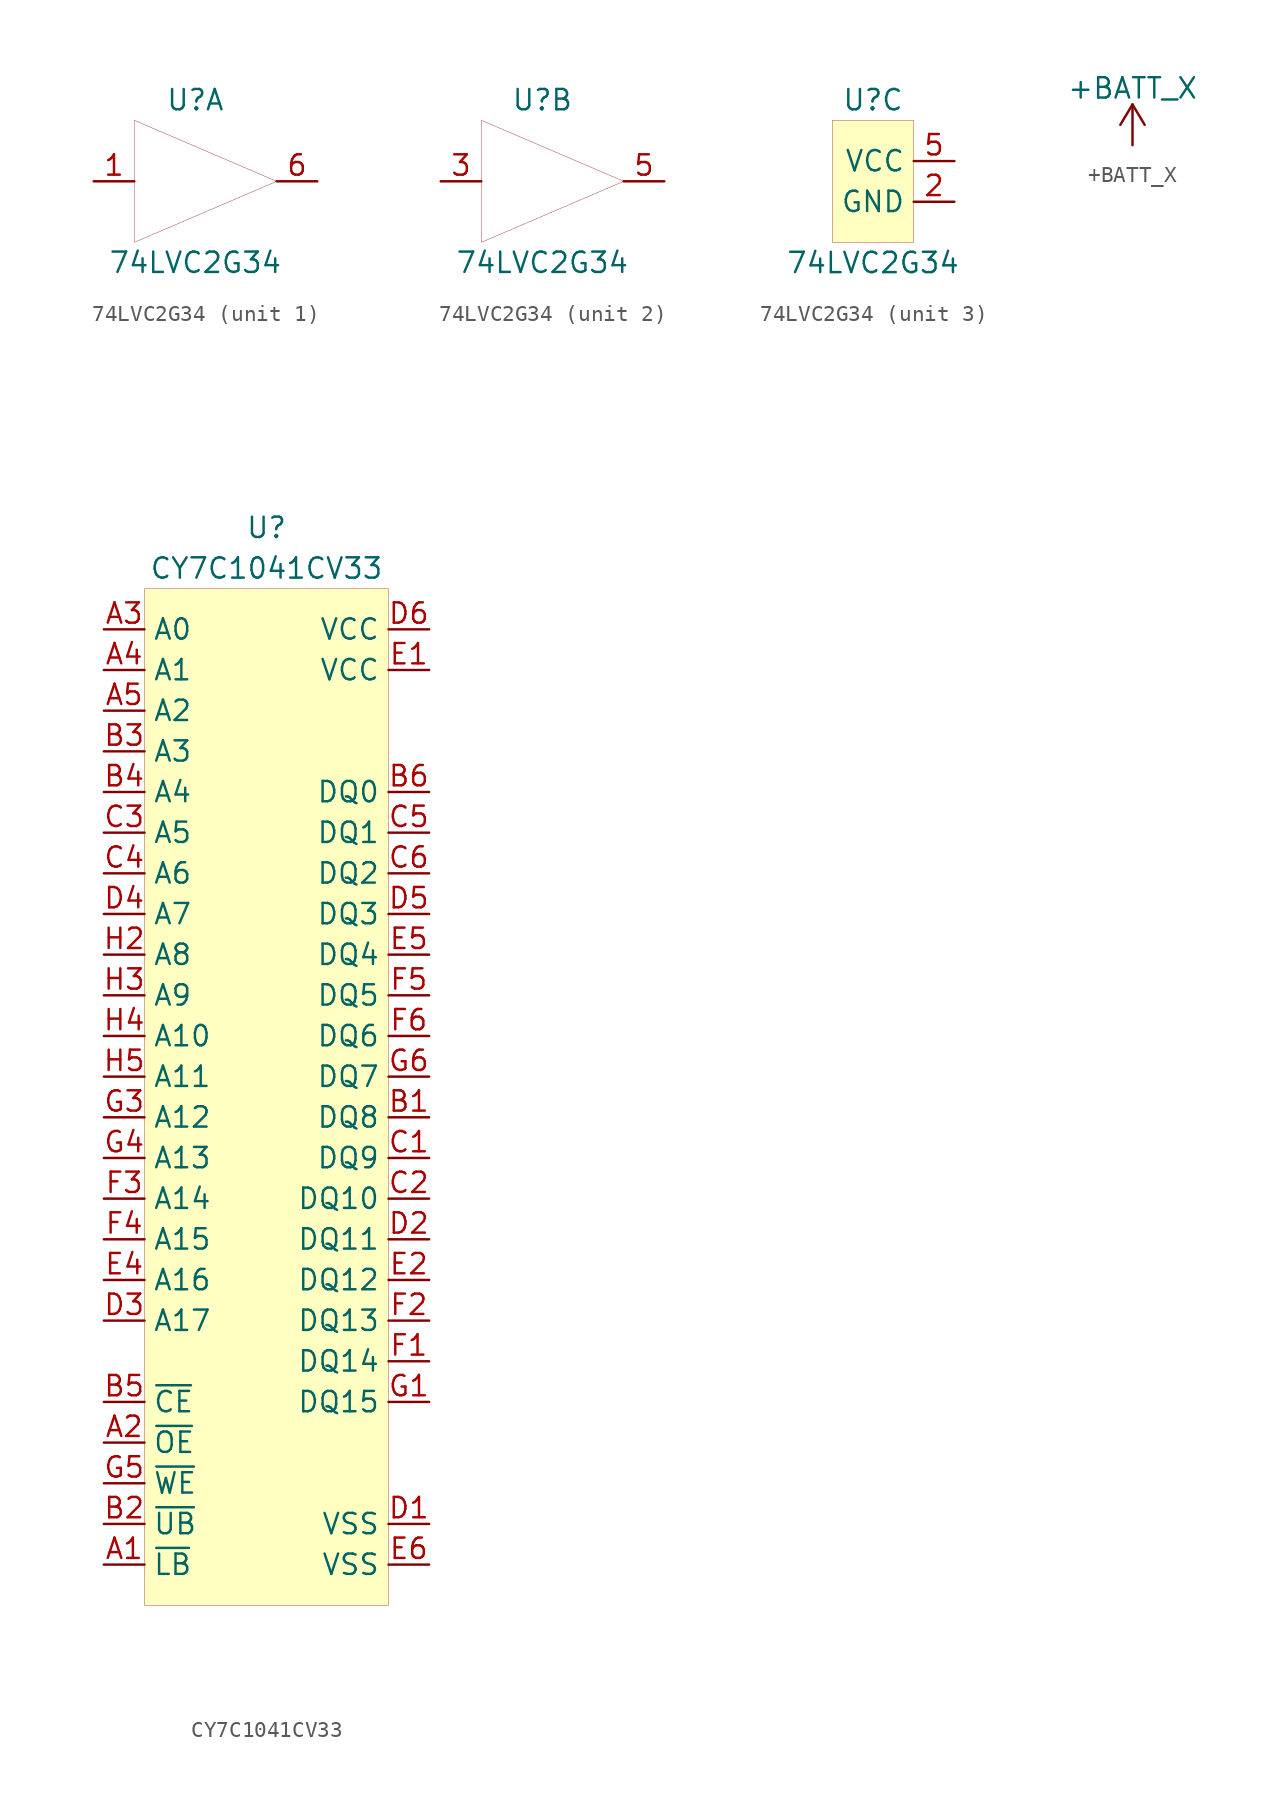
<source format=kicad_sym>
(kicad_symbol_lib
  (version 20201005)
  (generator kicad_symbol_editor)
  (symbol "riscboy:74LVC2G34"
    (property "Reference" "U"
      (at 0 5.08 0)
      (effects (font (size 1.27 1.27))))
    (property "Value" "74LVC2G34"
      (at 0 -5.08 0)
      (effects (font (size 1.27 1.27))))
    (property "ki_locked" ""
      (at 0 0 0)
      (effects (font (size 1.27 1.27))))
    (symbol "74LVC2G34_1_1"
      (polyline (pts (xy -3.81 -3.81) (xy -3.81 3.81) (xy 5.08 0) (xy -3.81 -3.81)) (stroke (width 0.001)) (fill (type none)))
      (pin input line (at -6.35 0 0) (length 2.54) (name "" (effects (font (size 1.27 1.27)))) (number "1" (effects (font (size 1.27 1.27)))))
      (pin output line (at 7.62 0 180) (length 2.54) (name "" (effects (font (size 1.27 1.27)))) (number "6" (effects (font (size 1.27 1.27))))))
    (symbol "74LVC2G34_2_1"
      (polyline (pts (xy -3.81 -3.81) (xy -3.81 3.81) (xy 5.08 0) (xy -3.81 -3.81)) (stroke (width 0.001)) (fill (type none)))
      (pin input line (at -6.35 0 0) (length 2.54) (name "" (effects (font (size 1.27 1.27)))) (number "3" (effects (font (size 1.27 1.27)))))
      (pin output line (at 7.62 0 180) (length 2.54) (name "" (effects (font (size 1.27 1.27)))) (number "5" (effects (font (size 1.27 1.27))))))
    (symbol "74LVC2G34_3_1"
      (rectangle (start -2.54 3.81) (end 2.54 -3.81) (stroke (width 0.001)) (fill (type background)))
      (pin passive line (at 5.08 -1.27 180) (length 2.54) (name "GND" (effects (font (size 1.27 1.27)))) (number "2" (effects (font (size 1.27 1.27)))))
      (pin power_in line (at 5.08 1.27 180) (length 2.54) (name "VCC" (effects (font (size 1.27 1.27)))) (number "5" (effects (font (size 1.27 1.27)))))))
  (symbol "riscboy:+BATT_X"
    (power)
    (pin_names
      (offset 0))
    (property "Reference" "#PWR"
      (at 0 -3.81 0)
      (effects (font (size 1.27 1.27)) hide))
    (property "Value" "+BATT_X"
      (at 0 3.556 0)
      (effects (font (size 1.27 1.27))))
    (symbol "+BATT_X_0_1"
      (polyline (pts (xy -0.762 1.27) (xy 0 2.54)) (stroke (width 0)) (fill (type none)))
      (polyline (pts (xy 0 0) (xy 0 2.54)) (stroke (width 0)) (fill (type none)))
      (polyline (pts (xy 0 2.54) (xy 0.762 1.27)) (stroke (width 0)) (fill (type none))))
    (symbol "+BATT_X_1_1"
      (pin power_in line (at 0 0 90) (length 0) hide (name "+BATT_X" (effects (font (size 1.27 1.27)))) (number "1" (effects (font (size 1.27 1.27)))))))
  (symbol "riscboy:CY7C1041CV33"
    (property "Reference" "U"
      (at 0 0 0)
      (effects (font (size 1.27 1.27))))
    (property "Value" "CY7C1041CV33"
      (at 0 -2.54 0)
      (effects (font (size 1.27 1.27))))
    (symbol "CY7C1041CV33_0_1"
      (rectangle (start -7.62 -3.81) (end 7.62 -67.31) (stroke (width 0.001)) (fill (type background))))
    (symbol "CY7C1041CV33_1_1"
      (pin input line (at -10.16 -6.35 0) (length 2.54) (name "A0" (effects (font (size 1.27 1.27)))) (number "A3" (effects (font (size 1.27 1.27)))))
      (pin input line (at -10.16 -8.89 0) (length 2.54) (name "A1" (effects (font (size 1.27 1.27)))) (number "A4" (effects (font (size 1.27 1.27)))))
      (pin input line (at -10.16 -11.43 0) (length 2.54) (name "A2" (effects (font (size 1.27 1.27)))) (number "A5" (effects (font (size 1.27 1.27)))))
      (pin input line (at -10.16 -13.97 0) (length 2.54) (name "A3" (effects (font (size 1.27 1.27)))) (number "B3" (effects (font (size 1.27 1.27)))))
      (pin input line (at -10.16 -16.51 0) (length 2.54) (name "A4" (effects (font (size 1.27 1.27)))) (number "B4" (effects (font (size 1.27 1.27)))))
      (pin input line (at -10.16 -19.05 0) (length 2.54) (name "A5" (effects (font (size 1.27 1.27)))) (number "C3" (effects (font (size 1.27 1.27)))))
      (pin input line (at -10.16 -21.59 0) (length 2.54) (name "A6" (effects (font (size 1.27 1.27)))) (number "C4" (effects (font (size 1.27 1.27)))))
      (pin input line (at -10.16 -24.13 0) (length 2.54) (name "A7" (effects (font (size 1.27 1.27)))) (number "D4" (effects (font (size 1.27 1.27)))))
      (pin input line (at -10.16 -26.67 0) (length 2.54) (name "A8" (effects (font (size 1.27 1.27)))) (number "H2" (effects (font (size 1.27 1.27)))))
      (pin input line (at -10.16 -29.21 0) (length 2.54) (name "A9" (effects (font (size 1.27 1.27)))) (number "H3" (effects (font (size 1.27 1.27)))))
      (pin input line (at -10.16 -31.75 0) (length 2.54) (name "A10" (effects (font (size 1.27 1.27)))) (number "H4" (effects (font (size 1.27 1.27)))))
      (pin input line (at -10.16 -34.29 0) (length 2.54) (name "A11" (effects (font (size 1.27 1.27)))) (number "H5" (effects (font (size 1.27 1.27)))))
      (pin input line (at -10.16 -36.83 0) (length 2.54) (name "A12" (effects (font (size 1.27 1.27)))) (number "G3" (effects (font (size 1.27 1.27)))))
      (pin input line (at -10.16 -39.37 0) (length 2.54) (name "A13" (effects (font (size 1.27 1.27)))) (number "G4" (effects (font (size 1.27 1.27)))))
      (pin input line (at -10.16 -41.91 0) (length 2.54) (name "A14" (effects (font (size 1.27 1.27)))) (number "F3" (effects (font (size 1.27 1.27)))))
      (pin input line (at -10.16 -44.45 0) (length 2.54) (name "A15" (effects (font (size 1.27 1.27)))) (number "F4" (effects (font (size 1.27 1.27)))))
      (pin input line (at -10.16 -46.99 0) (length 2.54) (name "A16" (effects (font (size 1.27 1.27)))) (number "E4" (effects (font (size 1.27 1.27)))))
      (pin input line (at -10.16 -49.53 0) (length 2.54) (name "A17" (effects (font (size 1.27 1.27)))) (number "D3" (effects (font (size 1.27 1.27)))))
      (pin bidirectional line (at 10.16 -16.51 180) (length 2.54) (name "DQ0" (effects (font (size 1.27 1.27)))) (number "B6" (effects (font (size 1.27 1.27)))))
      (pin bidirectional line (at 10.16 -19.05 180) (length 2.54) (name "DQ1" (effects (font (size 1.27 1.27)))) (number "C5" (effects (font (size 1.27 1.27)))))
      (pin bidirectional line (at 10.16 -21.59 180) (length 2.54) (name "DQ2" (effects (font (size 1.27 1.27)))) (number "C6" (effects (font (size 1.27 1.27)))))
      (pin bidirectional line (at 10.16 -24.13 180) (length 2.54) (name "DQ3" (effects (font (size 1.27 1.27)))) (number "D5" (effects (font (size 1.27 1.27)))))
      (pin bidirectional line (at 10.16 -26.67 180) (length 2.54) (name "DQ4" (effects (font (size 1.27 1.27)))) (number "E5" (effects (font (size 1.27 1.27)))))
      (pin bidirectional line (at 10.16 -29.21 180) (length 2.54) (name "DQ5" (effects (font (size 1.27 1.27)))) (number "F5" (effects (font (size 1.27 1.27)))))
      (pin bidirectional line (at 10.16 -31.75 180) (length 2.54) (name "DQ6" (effects (font (size 1.27 1.27)))) (number "F6" (effects (font (size 1.27 1.27)))))
      (pin bidirectional line (at 10.16 -34.29 180) (length 2.54) (name "DQ7" (effects (font (size 1.27 1.27)))) (number "G6" (effects (font (size 1.27 1.27)))))
      (pin bidirectional line (at 10.16 -36.83 180) (length 2.54) (name "DQ8" (effects (font (size 1.27 1.27)))) (number "B1" (effects (font (size 1.27 1.27)))))
      (pin bidirectional line (at 10.16 -39.37 180) (length 2.54) (name "DQ9" (effects (font (size 1.27 1.27)))) (number "C1" (effects (font (size 1.27 1.27)))))
      (pin bidirectional line (at 10.16 -41.91 180) (length 2.54) (name "DQ10" (effects (font (size 1.27 1.27)))) (number "C2" (effects (font (size 1.27 1.27)))))
      (pin bidirectional line (at 10.16 -44.45 180) (length 2.54) (name "DQ11" (effects (font (size 1.27 1.27)))) (number "D2" (effects (font (size 1.27 1.27)))))
      (pin bidirectional line (at 10.16 -46.99 180) (length 2.54) (name "DQ12" (effects (font (size 1.27 1.27)))) (number "E2" (effects (font (size 1.27 1.27)))))
      (pin bidirectional line (at 10.16 -49.53 180) (length 2.54) (name "DQ13" (effects (font (size 1.27 1.27)))) (number "F2" (effects (font (size 1.27 1.27)))))
      (pin bidirectional line (at 10.16 -52.07 180) (length 2.54) (name "DQ14" (effects (font (size 1.27 1.27)))) (number "F1" (effects (font (size 1.27 1.27)))))
      (pin bidirectional line (at 10.16 -54.61 180) (length 2.54) (name "DQ15" (effects (font (size 1.27 1.27)))) (number "G1" (effects (font (size 1.27 1.27)))))
      (pin input line (at -10.16 -62.23 0) (length 2.54) (name "~UB~" (effects (font (size 1.27 1.27)))) (number "B2" (effects (font (size 1.27 1.27)))))
      (pin input line (at -10.16 -64.77 0) (length 2.54) (name "~LB~" (effects (font (size 1.27 1.27)))) (number "A1" (effects (font (size 1.27 1.27)))))
      (pin input line (at -10.16 -57.15 0) (length 2.54) (name "~OE~" (effects (font (size 1.27 1.27)))) (number "A2" (effects (font (size 1.27 1.27)))))
      (pin input line (at -10.16 -54.61 0) (length 2.54) (name "~CE~" (effects (font (size 1.27 1.27)))) (number "B5" (effects (font (size 1.27 1.27)))))
      (pin input line (at -10.16 -59.69 0) (length 2.54) (name "~WE~" (effects (font (size 1.27 1.27)))) (number "G5" (effects (font (size 1.27 1.27)))))
      (pin power_in line (at 10.16 -8.89 180) (length 2.54) (name "VCC" (effects (font (size 1.27 1.27)))) (number "E1" (effects (font (size 1.27 1.27)))))
      (pin power_in line (at 10.16 -6.35 180) (length 2.54) (name "VCC" (effects (font (size 1.27 1.27)))) (number "D6" (effects (font (size 1.27 1.27)))))
      (pin passive line (at 10.16 -64.77 180) (length 2.54) (name "VSS" (effects (font (size 1.27 1.27)))) (number "E6" (effects (font (size 1.27 1.27)))))
      (pin passive line (at 10.16 -62.23 180) (length 2.54) (name "VSS" (effects (font (size 1.27 1.27)))) (number "D1" (effects (font (size 1.27 1.27))))))))
</source>
